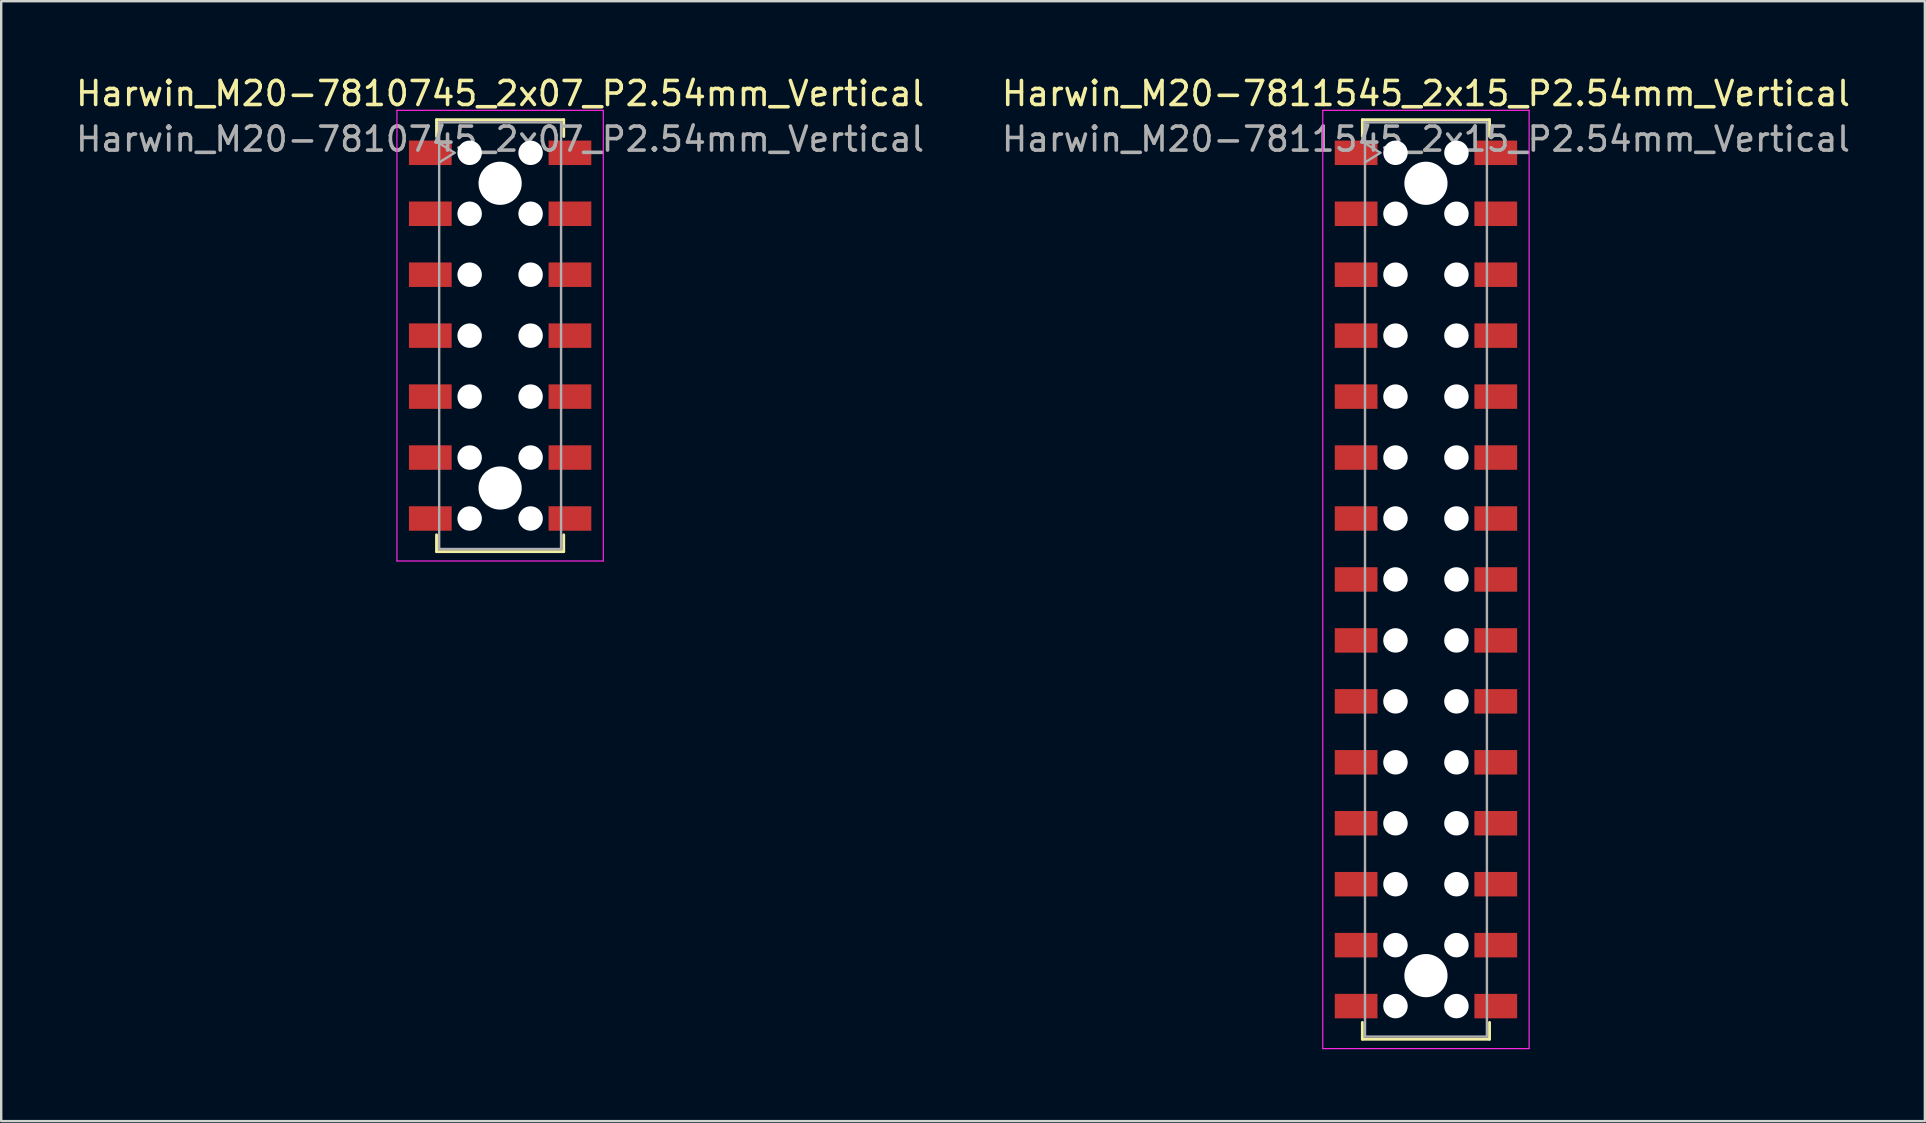
<source format=kicad_pcb>
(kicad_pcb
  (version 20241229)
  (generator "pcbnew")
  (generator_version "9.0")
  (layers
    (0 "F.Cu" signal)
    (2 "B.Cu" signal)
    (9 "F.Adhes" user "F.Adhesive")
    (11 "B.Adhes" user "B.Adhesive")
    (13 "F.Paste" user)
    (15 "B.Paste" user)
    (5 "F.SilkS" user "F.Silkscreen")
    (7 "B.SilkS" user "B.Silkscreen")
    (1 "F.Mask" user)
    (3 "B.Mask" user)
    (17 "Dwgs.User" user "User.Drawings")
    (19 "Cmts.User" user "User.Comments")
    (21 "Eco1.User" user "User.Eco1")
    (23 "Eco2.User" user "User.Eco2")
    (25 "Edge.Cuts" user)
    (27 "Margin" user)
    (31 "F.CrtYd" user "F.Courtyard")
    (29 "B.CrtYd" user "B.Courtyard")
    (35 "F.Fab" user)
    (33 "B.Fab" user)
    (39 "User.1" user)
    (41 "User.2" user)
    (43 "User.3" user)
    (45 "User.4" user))
  (footprint "Harwin_M20-7811545_2x15_P2.54mm_Vertical"
    (layer "F.Cu")
    (at 56.375 21.098)
    (property "Reference" "Harwin_M20-7811545_2x15_P2.54mm_Vertical" (at 0 -20.25 0) (layer "F.SilkS") (effects (font (size 1 1) (thickness 0.15))))
    (attr smd)
    (fp_line (start -2.65 -19.16) (end 2.65 -19.16) (stroke (width 0.12) (type solid)) (layer "F.SilkS"))
    (fp_line (start -2.65 -18.46) (end -2.65 -19.16) (stroke (width 0.12) (type solid)) (layer "F.SilkS"))
    (fp_line (start -2.65 18.46) (end -2.65 19.16) (stroke (width 0.12) (type solid)) (layer "F.SilkS"))
    (fp_line (start -2.65 19.16) (end 2.65 19.16) (stroke (width 0.12) (type solid)) (layer "F.SilkS"))
    (fp_line (start 2.65 -19.16) (end 2.65 -18.46) (stroke (width 0.12) (type solid)) (layer "F.SilkS"))
    (fp_line (start 2.65 19.16) (end 2.65 18.46) (stroke (width 0.12) (type solid)) (layer "F.SilkS"))
    (fp_line (start -4.3 -19.55) (end 4.3 -19.55) (stroke (width 0.05) (type solid)) (layer "F.CrtYd"))
    (fp_line (start -4.3 19.55) (end -4.3 -19.55) (stroke (width 0.05) (type solid)) (layer "F.CrtYd"))
    (fp_line (start 4.3 -19.55) (end 4.3 19.55) (stroke (width 0.05) (type solid)) (layer "F.CrtYd"))
    (fp_line (start 4.3 19.55) (end -4.3 19.55) (stroke (width 0.05) (type solid)) (layer "F.CrtYd"))
    (fp_line (start -2.54 -19.05) (end 2.54 -19.05) (stroke (width 0.1) (type solid)) (layer "F.Fab"))
    (fp_line (start -2.54 -18.18) (end -1.9 -17.78) (stroke (width 0.1) (type solid)) (layer "F.Fab"))
    (fp_line (start -2.54 19.05) (end -2.54 -19.05) (stroke (width 0.1) (type solid)) (layer "F.Fab"))
    (fp_line (start -1.9 -17.78) (end -2.54 -17.38) (stroke (width 0.1) (type solid)) (layer "F.Fab"))
    (fp_line (start 2.54 -19.05) (end 2.54 19.05) (stroke (width 0.1) (type solid)) (layer "F.Fab"))
    (fp_line (start 2.54 19.05) (end -2.54 19.05) (stroke (width 0.1) (type solid)) (layer "F.Fab"))
    (fp_text user "${REFERENCE}" (at 0 -18.35 0) (layer "F.Fab") (effects (font (size 1 1) (thickness 0.15))))
    (pad "" np_thru_hole circle (at -1.27 -17.78) (size 1.02 1.02) (drill 1.02) (layers "*.Cu" "*.Mask"))
    (pad "" np_thru_hole circle (at -1.27 -15.24) (size 1.02 1.02) (drill 1.02) (layers "*.Cu" "*.Mask"))
    (pad "" np_thru_hole circle (at -1.27 -12.7) (size 1.02 1.02) (drill 1.02) (layers "*.Cu" "*.Mask"))
    (pad "" np_thru_hole circle (at -1.27 -10.16) (size 1.02 1.02) (drill 1.02) (layers "*.Cu" "*.Mask"))
    (pad "" np_thru_hole circle (at -1.27 -7.62) (size 1.02 1.02) (drill 1.02) (layers "*.Cu" "*.Mask"))
    (pad "" np_thru_hole circle (at -1.27 -5.08) (size 1.02 1.02) (drill 1.02) (layers "*.Cu" "*.Mask"))
    (pad "" np_thru_hole circle (at -1.27 -2.54) (size 1.02 1.02) (drill 1.02) (layers "*.Cu" "*.Mask"))
    (pad "" np_thru_hole circle (at -1.27 0) (size 1.02 1.02) (drill 1.02) (layers "*.Cu" "*.Mask"))
    (pad "" np_thru_hole circle (at -1.27 2.54) (size 1.02 1.02) (drill 1.02) (layers "*.Cu" "*.Mask"))
    (pad "" np_thru_hole circle (at -1.27 5.08) (size 1.02 1.02) (drill 1.02) (layers "*.Cu" "*.Mask"))
    (pad "" np_thru_hole circle (at -1.27 7.62) (size 1.02 1.02) (drill 1.02) (layers "*.Cu" "*.Mask"))
    (pad "" np_thru_hole circle (at -1.27 10.16) (size 1.02 1.02) (drill 1.02) (layers "*.Cu" "*.Mask"))
    (pad "" np_thru_hole circle (at -1.27 12.7) (size 1.02 1.02) (drill 1.02) (layers "*.Cu" "*.Mask"))
    (pad "" np_thru_hole circle (at -1.27 15.24) (size 1.02 1.02) (drill 1.02) (layers "*.Cu" "*.Mask"))
    (pad "" np_thru_hole circle (at -1.27 17.78) (size 1.02 1.02) (drill 1.02) (layers "*.Cu" "*.Mask"))
    (pad "" np_thru_hole circle (at 0 -16.51) (size 1.8 1.8) (drill 1.8) (layers "*.Cu" "*.Mask"))
    (pad "" np_thru_hole circle (at 0 16.51) (size 1.8 1.8) (drill 1.8) (layers "*.Cu" "*.Mask"))
    (pad "" np_thru_hole circle (at 1.27 -17.78) (size 1.02 1.02) (drill 1.02) (layers "*.Cu" "*.Mask"))
    (pad "" np_thru_hole circle (at 1.27 -15.24) (size 1.02 1.02) (drill 1.02) (layers "*.Cu" "*.Mask"))
    (pad "" np_thru_hole circle (at 1.27 -12.7) (size 1.02 1.02) (drill 1.02) (layers "*.Cu" "*.Mask"))
    (pad "" np_thru_hole circle (at 1.27 -10.16) (size 1.02 1.02) (drill 1.02) (layers "*.Cu" "*.Mask"))
    (pad "" np_thru_hole circle (at 1.27 -7.62) (size 1.02 1.02) (drill 1.02) (layers "*.Cu" "*.Mask"))
    (pad "" np_thru_hole circle (at 1.27 -5.08) (size 1.02 1.02) (drill 1.02) (layers "*.Cu" "*.Mask"))
    (pad "" np_thru_hole circle (at 1.27 -2.54) (size 1.02 1.02) (drill 1.02) (layers "*.Cu" "*.Mask"))
    (pad "" np_thru_hole circle (at 1.27 0) (size 1.02 1.02) (drill 1.02) (layers "*.Cu" "*.Mask"))
    (pad "" np_thru_hole circle (at 1.27 2.54) (size 1.02 1.02) (drill 1.02) (layers "*.Cu" "*.Mask"))
    (pad "" np_thru_hole circle (at 1.27 5.08) (size 1.02 1.02) (drill 1.02) (layers "*.Cu" "*.Mask"))
    (pad "" np_thru_hole circle (at 1.27 7.62) (size 1.02 1.02) (drill 1.02) (layers "*.Cu" "*.Mask"))
    (pad "" np_thru_hole circle (at 1.27 10.16) (size 1.02 1.02) (drill 1.02) (layers "*.Cu" "*.Mask"))
    (pad "" np_thru_hole circle (at 1.27 12.7) (size 1.02 1.02) (drill 1.02) (layers "*.Cu" "*.Mask"))
    (pad "" np_thru_hole circle (at 1.27 15.24) (size 1.02 1.02) (drill 1.02) (layers "*.Cu" "*.Mask"))
    (pad "" np_thru_hole circle (at 1.27 17.78) (size 1.02 1.02) (drill 1.02) (layers "*.Cu" "*.Mask"))
    (pad "1" smd rect (at -2.91 -17.78) (size 1.78 1.02) (layers "F.Cu" "F.Mask" "F.Paste"))
    (pad "2" smd rect (at -2.91 -15.24) (size 1.78 1.02) (layers "F.Cu" "F.Mask" "F.Paste"))
    (pad "3" smd rect (at -2.91 -12.7) (size 1.78 1.02) (layers "F.Cu" "F.Mask" "F.Paste"))
    (pad "4" smd rect (at -2.91 -10.16) (size 1.78 1.02) (layers "F.Cu" "F.Mask" "F.Paste"))
    (pad "5" smd rect (at -2.91 -7.62) (size 1.78 1.02) (layers "F.Cu" "F.Mask" "F.Paste"))
    (pad "6" smd rect (at -2.91 -5.08) (size 1.78 1.02) (layers "F.Cu" "F.Mask" "F.Paste"))
    (pad "7" smd rect (at -2.91 -2.54) (size 1.78 1.02) (layers "F.Cu" "F.Mask" "F.Paste"))
    (pad "8" smd rect (at -2.91 0) (size 1.78 1.02) (layers "F.Cu" "F.Mask" "F.Paste"))
    (pad "9" smd rect (at -2.91 2.54) (size 1.78 1.02) (layers "F.Cu" "F.Mask" "F.Paste"))
    (pad "10" smd rect (at -2.91 5.08) (size 1.78 1.02) (layers "F.Cu" "F.Mask" "F.Paste"))
    (pad "11" smd rect (at -2.91 7.62) (size 1.78 1.02) (layers "F.Cu" "F.Mask" "F.Paste"))
    (pad "12" smd rect (at -2.91 10.16) (size 1.78 1.02) (layers "F.Cu" "F.Mask" "F.Paste"))
    (pad "13" smd rect (at -2.91 12.7) (size 1.78 1.02) (layers "F.Cu" "F.Mask" "F.Paste"))
    (pad "14" smd rect (at -2.91 15.24) (size 1.78 1.02) (layers "F.Cu" "F.Mask" "F.Paste"))
    (pad "15" smd rect (at -2.91 17.78) (size 1.78 1.02) (layers "F.Cu" "F.Mask" "F.Paste"))
    (pad "16" smd rect (at 2.91 -17.78) (size 1.78 1.02) (layers "F.Cu" "F.Mask" "F.Paste"))
    (pad "17" smd rect (at 2.91 -15.24) (size 1.78 1.02) (layers "F.Cu" "F.Mask" "F.Paste"))
    (pad "18" smd rect (at 2.91 -12.7) (size 1.78 1.02) (layers "F.Cu" "F.Mask" "F.Paste"))
    (pad "19" smd rect (at 2.91 -10.16) (size 1.78 1.02) (layers "F.Cu" "F.Mask" "F.Paste"))
    (pad "20" smd rect (at 2.91 -7.62) (size 1.78 1.02) (layers "F.Cu" "F.Mask" "F.Paste"))
    (pad "21" smd rect (at 2.91 -5.08) (size 1.78 1.02) (layers "F.Cu" "F.Mask" "F.Paste"))
    (pad "22" smd rect (at 2.91 -2.54) (size 1.78 1.02) (layers "F.Cu" "F.Mask" "F.Paste"))
    (pad "23" smd rect (at 2.91 0) (size 1.78 1.02) (layers "F.Cu" "F.Mask" "F.Paste"))
    (pad "24" smd rect (at 2.91 2.54) (size 1.78 1.02) (layers "F.Cu" "F.Mask" "F.Paste"))
    (pad "25" smd rect (at 2.91 5.08) (size 1.78 1.02) (layers "F.Cu" "F.Mask" "F.Paste"))
    (pad "26" smd rect (at 2.91 7.62) (size 1.78 1.02) (layers "F.Cu" "F.Mask" "F.Paste"))
    (pad "27" smd rect (at 2.91 10.16) (size 1.78 1.02) (layers "F.Cu" "F.Mask" "F.Paste"))
    (pad "28" smd rect (at 2.91 12.7) (size 1.78 1.02) (layers "F.Cu" "F.Mask" "F.Paste"))
    (pad "29" smd rect (at 2.91 15.24) (size 1.78 1.02) (layers "F.Cu" "F.Mask" "F.Paste"))
    (pad "30" smd rect (at 2.91 17.78) (size 1.78 1.02) (layers "F.Cu" "F.Mask" "F.Paste")))
  (footprint "Harwin_M20-7810745_2x07_P2.54mm_Vertical"
    (layer "F.Cu")
    (at 17.792 10.938)
    (property "Reference" "Harwin_M20-7810745_2x07_P2.54mm_Vertical" (at 0 -10.09 0) (layer "F.SilkS") (effects (font (size 1 1) (thickness 0.15))))
    (attr smd)
    (fp_line (start -2.65 -9) (end 2.65 -9) (stroke (width 0.12) (type solid)) (layer "F.SilkS"))
    (fp_line (start -2.65 -8.3) (end -2.65 -9) (stroke (width 0.12) (type solid)) (layer "F.SilkS"))
    (fp_line (start -2.65 8.3) (end -2.65 9) (stroke (width 0.12) (type solid)) (layer "F.SilkS"))
    (fp_line (start -2.65 9) (end 2.65 9) (stroke (width 0.12) (type solid)) (layer "F.SilkS"))
    (fp_line (start 2.65 -9) (end 2.65 -8.3) (stroke (width 0.12) (type solid)) (layer "F.SilkS"))
    (fp_line (start 2.65 9) (end 2.65 8.3) (stroke (width 0.12) (type solid)) (layer "F.SilkS"))
    (fp_line (start -4.3 -9.39) (end 4.3 -9.39) (stroke (width 0.05) (type solid)) (layer "F.CrtYd"))
    (fp_line (start -4.3 9.39) (end -4.3 -9.39) (stroke (width 0.05) (type solid)) (layer "F.CrtYd"))
    (fp_line (start 4.3 -9.39) (end 4.3 9.39) (stroke (width 0.05) (type solid)) (layer "F.CrtYd"))
    (fp_line (start 4.3 9.39) (end -4.3 9.39) (stroke (width 0.05) (type solid)) (layer "F.CrtYd"))
    (fp_line (start -2.54 -8.89) (end 2.54 -8.89) (stroke (width 0.1) (type solid)) (layer "F.Fab"))
    (fp_line (start -2.54 -8.02) (end -1.9 -7.62) (stroke (width 0.1) (type solid)) (layer "F.Fab"))
    (fp_line (start -2.54 8.89) (end -2.54 -8.89) (stroke (width 0.1) (type solid)) (layer "F.Fab"))
    (fp_line (start -1.9 -7.62) (end -2.54 -7.22) (stroke (width 0.1) (type solid)) (layer "F.Fab"))
    (fp_line (start 2.54 -8.89) (end 2.54 8.89) (stroke (width 0.1) (type solid)) (layer "F.Fab"))
    (fp_line (start 2.54 8.89) (end -2.54 8.89) (stroke (width 0.1) (type solid)) (layer "F.Fab"))
    (fp_text user "${REFERENCE}" (at 0 -8.19 0) (layer "F.Fab") (effects (font (size 1 1) (thickness 0.15))))
    (pad "" np_thru_hole circle (at -1.27 -7.62) (size 1.02 1.02) (drill 1.02) (layers "*.Cu" "*.Mask"))
    (pad "" np_thru_hole circle (at -1.27 -5.08) (size 1.02 1.02) (drill 1.02) (layers "*.Cu" "*.Mask"))
    (pad "" np_thru_hole circle (at -1.27 -2.54) (size 1.02 1.02) (drill 1.02) (layers "*.Cu" "*.Mask"))
    (pad "" np_thru_hole circle (at -1.27 0) (size 1.02 1.02) (drill 1.02) (layers "*.Cu" "*.Mask"))
    (pad "" np_thru_hole circle (at -1.27 2.54) (size 1.02 1.02) (drill 1.02) (layers "*.Cu" "*.Mask"))
    (pad "" np_thru_hole circle (at -1.27 5.08) (size 1.02 1.02) (drill 1.02) (layers "*.Cu" "*.Mask"))
    (pad "" np_thru_hole circle (at -1.27 7.62) (size 1.02 1.02) (drill 1.02) (layers "*.Cu" "*.Mask"))
    (pad "" np_thru_hole circle (at 0 -6.35) (size 1.8 1.8) (drill 1.8) (layers "*.Cu" "*.Mask"))
    (pad "" np_thru_hole circle (at 0 6.35) (size 1.8 1.8) (drill 1.8) (layers "*.Cu" "*.Mask"))
    (pad "" np_thru_hole circle (at 1.27 -7.62) (size 1.02 1.02) (drill 1.02) (layers "*.Cu" "*.Mask"))
    (pad "" np_thru_hole circle (at 1.27 -5.08) (size 1.02 1.02) (drill 1.02) (layers "*.Cu" "*.Mask"))
    (pad "" np_thru_hole circle (at 1.27 -2.54) (size 1.02 1.02) (drill 1.02) (layers "*.Cu" "*.Mask"))
    (pad "" np_thru_hole circle (at 1.27 0) (size 1.02 1.02) (drill 1.02) (layers "*.Cu" "*.Mask"))
    (pad "" np_thru_hole circle (at 1.27 2.54) (size 1.02 1.02) (drill 1.02) (layers "*.Cu" "*.Mask"))
    (pad "" np_thru_hole circle (at 1.27 5.08) (size 1.02 1.02) (drill 1.02) (layers "*.Cu" "*.Mask"))
    (pad "" np_thru_hole circle (at 1.27 7.62) (size 1.02 1.02) (drill 1.02) (layers "*.Cu" "*.Mask"))
    (pad "1" smd rect (at -2.91 -7.62) (size 1.78 1.02) (layers "F.Cu" "F.Mask" "F.Paste"))
    (pad "2" smd rect (at -2.91 -5.08) (size 1.78 1.02) (layers "F.Cu" "F.Mask" "F.Paste"))
    (pad "3" smd rect (at -2.91 -2.54) (size 1.78 1.02) (layers "F.Cu" "F.Mask" "F.Paste"))
    (pad "4" smd rect (at -2.91 0) (size 1.78 1.02) (layers "F.Cu" "F.Mask" "F.Paste"))
    (pad "5" smd rect (at -2.91 2.54) (size 1.78 1.02) (layers "F.Cu" "F.Mask" "F.Paste"))
    (pad "6" smd rect (at -2.91 5.08) (size 1.78 1.02) (layers "F.Cu" "F.Mask" "F.Paste"))
    (pad "7" smd rect (at -2.91 7.62) (size 1.78 1.02) (layers "F.Cu" "F.Mask" "F.Paste"))
    (pad "8" smd rect (at 2.91 -7.62) (size 1.78 1.02) (layers "F.Cu" "F.Mask" "F.Paste"))
    (pad "9" smd rect (at 2.91 -5.08) (size 1.78 1.02) (layers "F.Cu" "F.Mask" "F.Paste"))
    (pad "10" smd rect (at 2.91 -2.54) (size 1.78 1.02) (layers "F.Cu" "F.Mask" "F.Paste"))
    (pad "11" smd rect (at 2.91 0) (size 1.78 1.02) (layers "F.Cu" "F.Mask" "F.Paste"))
    (pad "12" smd rect (at 2.91 2.54) (size 1.78 1.02) (layers "F.Cu" "F.Mask" "F.Paste"))
    (pad "13" smd rect (at 2.91 5.08) (size 1.78 1.02) (layers "F.Cu" "F.Mask" "F.Paste"))
    (pad "14" smd rect (at 2.91 7.62) (size 1.78 1.02) (layers "F.Cu" "F.Mask" "F.Paste")))
  (gr_rect
    (start -3 -3)
    (end 77.167 43.673)
    (stroke (width 0.1) (type default))
    (fill no)
    (layer "Edge.Cuts")))
</source>
